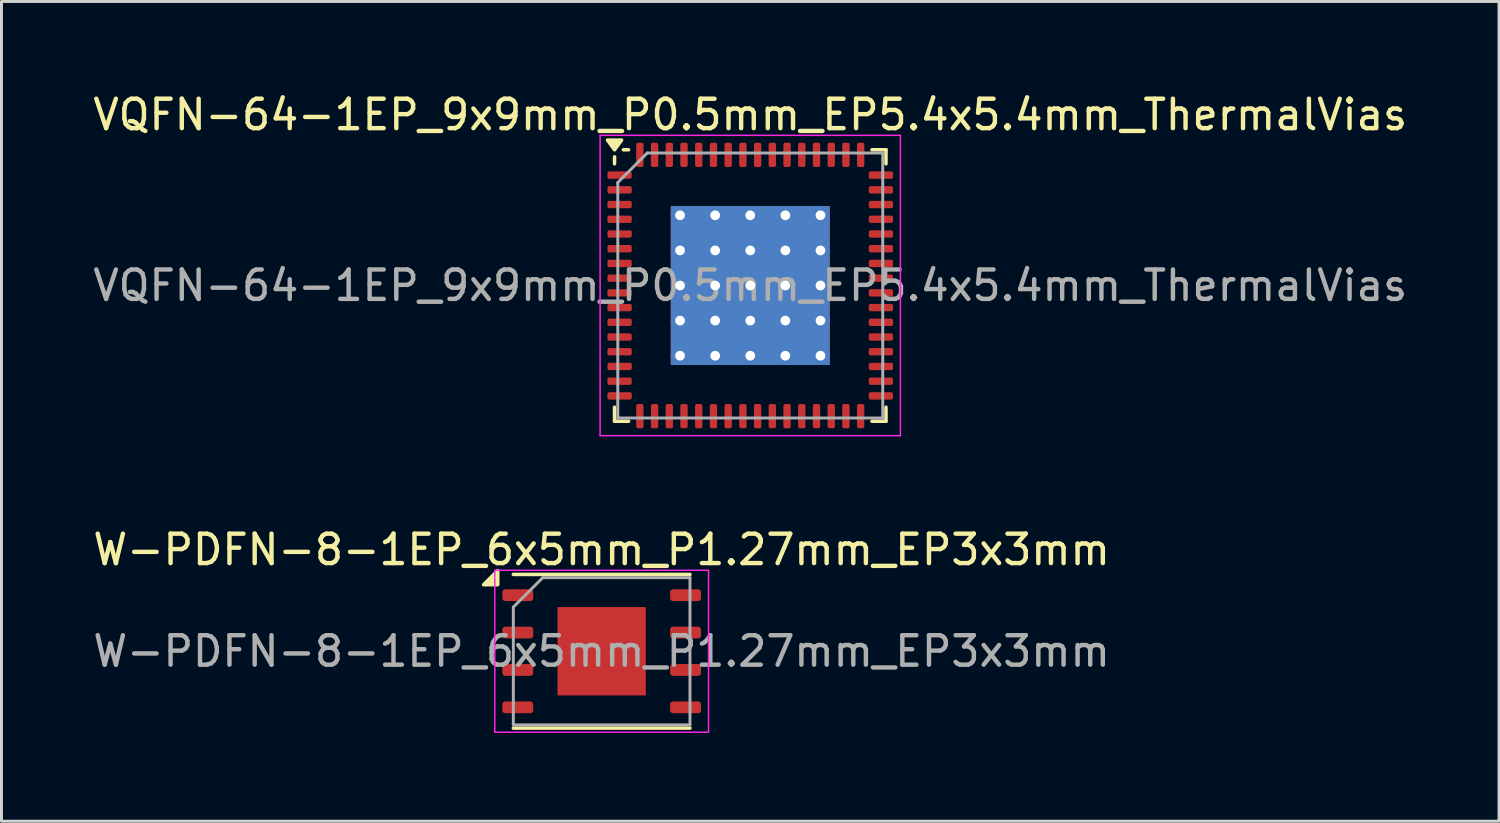
<source format=kicad_pcb>
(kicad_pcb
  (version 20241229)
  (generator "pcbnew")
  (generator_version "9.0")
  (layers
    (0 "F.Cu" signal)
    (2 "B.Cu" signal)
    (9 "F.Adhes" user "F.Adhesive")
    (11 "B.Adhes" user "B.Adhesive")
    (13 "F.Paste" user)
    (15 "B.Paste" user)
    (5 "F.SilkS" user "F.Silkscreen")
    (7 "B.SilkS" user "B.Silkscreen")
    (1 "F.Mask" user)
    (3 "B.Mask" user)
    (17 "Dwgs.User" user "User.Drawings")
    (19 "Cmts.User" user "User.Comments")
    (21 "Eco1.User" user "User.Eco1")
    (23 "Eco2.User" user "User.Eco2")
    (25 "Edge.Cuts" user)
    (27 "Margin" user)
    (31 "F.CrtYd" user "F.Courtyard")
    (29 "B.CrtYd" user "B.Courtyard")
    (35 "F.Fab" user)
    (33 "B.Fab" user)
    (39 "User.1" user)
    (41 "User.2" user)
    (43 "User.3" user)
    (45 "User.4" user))
  (footprint "VQFN-64-1EP_9x9mm_P0.5mm_EP5.4x5.4mm_ThermalVias"
    (layer "F.Cu")
    (at 22.435 6.648)
    (property "Reference" "VQFN-64-1EP_9x9mm_P0.5mm_EP5.4x5.4mm_ThermalVias" (at 0 -5.8 0) (layer "F.SilkS") (effects (font (size 1 1) (thickness 0.15))))
    (attr smd)
    (fp_line (start -4.61 -4.135) (end -4.61 -4.37) (stroke (width 0.12) (type solid)) (layer "F.SilkS"))
    (fp_line (start -4.61 4.61) (end -4.61 4.135) (stroke (width 0.12) (type solid)) (layer "F.SilkS"))
    (fp_line (start -4.135 -4.61) (end -4.31 -4.61) (stroke (width 0.12) (type solid)) (layer "F.SilkS"))
    (fp_line (start -4.135 4.61) (end -4.61 4.61) (stroke (width 0.12) (type solid)) (layer "F.SilkS"))
    (fp_line (start 4.135 -4.61) (end 4.61 -4.61) (stroke (width 0.12) (type solid)) (layer "F.SilkS"))
    (fp_line (start 4.135 4.61) (end 4.61 4.61) (stroke (width 0.12) (type solid)) (layer "F.SilkS"))
    (fp_line (start 4.61 -4.61) (end 4.61 -4.135) (stroke (width 0.12) (type solid)) (layer "F.SilkS"))
    (fp_line (start 4.61 4.61) (end 4.61 4.135) (stroke (width 0.12) (type solid)) (layer "F.SilkS"))
    (fp_poly (pts (xy -4.61 -4.61) (xy -4.85 -4.94) (xy -4.37 -4.94) (xy -4.61 -4.61)) (stroke (width 0.12) (type solid)) (fill yes) (layer "F.SilkS"))
    (fp_line (start -5.1 -5.1) (end -5.1 5.1) (stroke (width 0.05) (type solid)) (layer "F.CrtYd"))
    (fp_line (start -5.1 5.1) (end 5.1 5.1) (stroke (width 0.05) (type solid)) (layer "F.CrtYd"))
    (fp_line (start 5.1 -5.1) (end -5.1 -5.1) (stroke (width 0.05) (type solid)) (layer "F.CrtYd"))
    (fp_line (start 5.1 5.1) (end 5.1 -5.1) (stroke (width 0.05) (type solid)) (layer "F.CrtYd"))
    (fp_line (start -4.5 -3.5) (end -3.5 -4.5) (stroke (width 0.1) (type solid)) (layer "F.Fab"))
    (fp_line (start -4.5 4.5) (end -4.5 -3.5) (stroke (width 0.1) (type solid)) (layer "F.Fab"))
    (fp_line (start -3.5 -4.5) (end 4.5 -4.5) (stroke (width 0.1) (type solid)) (layer "F.Fab"))
    (fp_line (start 4.5 -4.5) (end 4.5 4.5) (stroke (width 0.1) (type solid)) (layer "F.Fab"))
    (fp_line (start 4.5 4.5) (end -4.5 4.5) (stroke (width 0.1) (type solid)) (layer "F.Fab"))
    (fp_text user "${REFERENCE}" (at 0 0 0) (layer "F.Fab") (effects (font (size 1 1) (thickness 0.15))))
    (pad "" smd roundrect (at -1.8 -1.8) (size 1.45 1.45) (layers "F.Paste") (roundrect_rratio 0.172))
    (pad "" smd roundrect (at -1.8 0) (size 1.45 1.45) (layers "F.Paste") (roundrect_rratio 0.172))
    (pad "" smd roundrect (at -1.8 1.8) (size 1.45 1.45) (layers "F.Paste") (roundrect_rratio 0.172))
    (pad "" smd roundrect (at 0 -1.8) (size 1.45 1.45) (layers "F.Paste") (roundrect_rratio 0.172))
    (pad "" smd roundrect (at 0 0) (size 1.45 1.45) (layers "F.Paste") (roundrect_rratio 0.172))
    (pad "" smd roundrect (at 0 1.8) (size 1.45 1.45) (layers "F.Paste") (roundrect_rratio 0.172))
    (pad "" smd roundrect (at 1.8 -1.8) (size 1.45 1.45) (layers "F.Paste") (roundrect_rratio 0.172))
    (pad "" smd roundrect (at 1.8 0) (size 1.45 1.45) (layers "F.Paste") (roundrect_rratio 0.172))
    (pad "" smd roundrect (at 1.8 1.8) (size 1.45 1.45) (layers "F.Paste") (roundrect_rratio 0.172))
    (pad "1" smd roundrect (at -4.438 -3.75) (size 0.825 0.25) (layers "F.Cu" "F.Mask" "F.Paste") (roundrect_rratio 0.25))
    (pad "2" smd roundrect (at -4.438 -3.25) (size 0.825 0.25) (layers "F.Cu" "F.Mask" "F.Paste") (roundrect_rratio 0.25))
    (pad "3" smd roundrect (at -4.438 -2.75) (size 0.825 0.25) (layers "F.Cu" "F.Mask" "F.Paste") (roundrect_rratio 0.25))
    (pad "4" smd roundrect (at -4.438 -2.25) (size 0.825 0.25) (layers "F.Cu" "F.Mask" "F.Paste") (roundrect_rratio 0.25))
    (pad "5" smd roundrect (at -4.438 -1.75) (size 0.825 0.25) (layers "F.Cu" "F.Mask" "F.Paste") (roundrect_rratio 0.25))
    (pad "6" smd roundrect (at -4.438 -1.25) (size 0.825 0.25) (layers "F.Cu" "F.Mask" "F.Paste") (roundrect_rratio 0.25))
    (pad "7" smd roundrect (at -4.438 -0.75) (size 0.825 0.25) (layers "F.Cu" "F.Mask" "F.Paste") (roundrect_rratio 0.25))
    (pad "8" smd roundrect (at -4.438 -0.25) (size 0.825 0.25) (layers "F.Cu" "F.Mask" "F.Paste") (roundrect_rratio 0.25))
    (pad "9" smd roundrect (at -4.438 0.25) (size 0.825 0.25) (layers "F.Cu" "F.Mask" "F.Paste") (roundrect_rratio 0.25))
    (pad "10" smd roundrect (at -4.438 0.75) (size 0.825 0.25) (layers "F.Cu" "F.Mask" "F.Paste") (roundrect_rratio 0.25))
    (pad "11" smd roundrect (at -4.438 1.25) (size 0.825 0.25) (layers "F.Cu" "F.Mask" "F.Paste") (roundrect_rratio 0.25))
    (pad "12" smd roundrect (at -4.438 1.75) (size 0.825 0.25) (layers "F.Cu" "F.Mask" "F.Paste") (roundrect_rratio 0.25))
    (pad "13" smd roundrect (at -4.438 2.25) (size 0.825 0.25) (layers "F.Cu" "F.Mask" "F.Paste") (roundrect_rratio 0.25))
    (pad "14" smd roundrect (at -4.438 2.75) (size 0.825 0.25) (layers "F.Cu" "F.Mask" "F.Paste") (roundrect_rratio 0.25))
    (pad "15" smd roundrect (at -4.438 3.25) (size 0.825 0.25) (layers "F.Cu" "F.Mask" "F.Paste") (roundrect_rratio 0.25))
    (pad "16" smd roundrect (at -4.438 3.75) (size 0.825 0.25) (layers "F.Cu" "F.Mask" "F.Paste") (roundrect_rratio 0.25))
    (pad "17" smd roundrect (at -3.75 4.438) (size 0.25 0.825) (layers "F.Cu" "F.Mask" "F.Paste") (roundrect_rratio 0.25))
    (pad "18" smd roundrect (at -3.25 4.438) (size 0.25 0.825) (layers "F.Cu" "F.Mask" "F.Paste") (roundrect_rratio 0.25))
    (pad "19" smd roundrect (at -2.75 4.438) (size 0.25 0.825) (layers "F.Cu" "F.Mask" "F.Paste") (roundrect_rratio 0.25))
    (pad "20" smd roundrect (at -2.25 4.438) (size 0.25 0.825) (layers "F.Cu" "F.Mask" "F.Paste") (roundrect_rratio 0.25))
    (pad "21" smd roundrect (at -1.75 4.438) (size 0.25 0.825) (layers "F.Cu" "F.Mask" "F.Paste") (roundrect_rratio 0.25))
    (pad "22" smd roundrect (at -1.25 4.438) (size 0.25 0.825) (layers "F.Cu" "F.Mask" "F.Paste") (roundrect_rratio 0.25))
    (pad "23" smd roundrect (at -0.75 4.438) (size 0.25 0.825) (layers "F.Cu" "F.Mask" "F.Paste") (roundrect_rratio 0.25))
    (pad "24" smd roundrect (at -0.25 4.438) (size 0.25 0.825) (layers "F.Cu" "F.Mask" "F.Paste") (roundrect_rratio 0.25))
    (pad "25" smd roundrect (at 0.25 4.438) (size 0.25 0.825) (layers "F.Cu" "F.Mask" "F.Paste") (roundrect_rratio 0.25))
    (pad "26" smd roundrect (at 0.75 4.438) (size 0.25 0.825) (layers "F.Cu" "F.Mask" "F.Paste") (roundrect_rratio 0.25))
    (pad "27" smd roundrect (at 1.25 4.438) (size 0.25 0.825) (layers "F.Cu" "F.Mask" "F.Paste") (roundrect_rratio 0.25))
    (pad "28" smd roundrect (at 1.75 4.438) (size 0.25 0.825) (layers "F.Cu" "F.Mask" "F.Paste") (roundrect_rratio 0.25))
    (pad "29" smd roundrect (at 2.25 4.438) (size 0.25 0.825) (layers "F.Cu" "F.Mask" "F.Paste") (roundrect_rratio 0.25))
    (pad "30" smd roundrect (at 2.75 4.438) (size 0.25 0.825) (layers "F.Cu" "F.Mask" "F.Paste") (roundrect_rratio 0.25))
    (pad "31" smd roundrect (at 3.25 4.438) (size 0.25 0.825) (layers "F.Cu" "F.Mask" "F.Paste") (roundrect_rratio 0.25))
    (pad "32" smd roundrect (at 3.75 4.438) (size 0.25 0.825) (layers "F.Cu" "F.Mask" "F.Paste") (roundrect_rratio 0.25))
    (pad "33" smd roundrect (at 4.438 3.75) (size 0.825 0.25) (layers "F.Cu" "F.Mask" "F.Paste") (roundrect_rratio 0.25))
    (pad "34" smd roundrect (at 4.438 3.25) (size 0.825 0.25) (layers "F.Cu" "F.Mask" "F.Paste") (roundrect_rratio 0.25))
    (pad "35" smd roundrect (at 4.438 2.75) (size 0.825 0.25) (layers "F.Cu" "F.Mask" "F.Paste") (roundrect_rratio 0.25))
    (pad "36" smd roundrect (at 4.438 2.25) (size 0.825 0.25) (layers "F.Cu" "F.Mask" "F.Paste") (roundrect_rratio 0.25))
    (pad "37" smd roundrect (at 4.438 1.75) (size 0.825 0.25) (layers "F.Cu" "F.Mask" "F.Paste") (roundrect_rratio 0.25))
    (pad "38" smd roundrect (at 4.438 1.25) (size 0.825 0.25) (layers "F.Cu" "F.Mask" "F.Paste") (roundrect_rratio 0.25))
    (pad "39" smd roundrect (at 4.438 0.75) (size 0.825 0.25) (layers "F.Cu" "F.Mask" "F.Paste") (roundrect_rratio 0.25))
    (pad "40" smd roundrect (at 4.438 0.25) (size 0.825 0.25) (layers "F.Cu" "F.Mask" "F.Paste") (roundrect_rratio 0.25))
    (pad "41" smd roundrect (at 4.438 -0.25) (size 0.825 0.25) (layers "F.Cu" "F.Mask" "F.Paste") (roundrect_rratio 0.25))
    (pad "42" smd roundrect (at 4.438 -0.75) (size 0.825 0.25) (layers "F.Cu" "F.Mask" "F.Paste") (roundrect_rratio 0.25))
    (pad "43" smd roundrect (at 4.438 -1.25) (size 0.825 0.25) (layers "F.Cu" "F.Mask" "F.Paste") (roundrect_rratio 0.25))
    (pad "44" smd roundrect (at 4.438 -1.75) (size 0.825 0.25) (layers "F.Cu" "F.Mask" "F.Paste") (roundrect_rratio 0.25))
    (pad "45" smd roundrect (at 4.438 -2.25) (size 0.825 0.25) (layers "F.Cu" "F.Mask" "F.Paste") (roundrect_rratio 0.25))
    (pad "46" smd roundrect (at 4.438 -2.75) (size 0.825 0.25) (layers "F.Cu" "F.Mask" "F.Paste") (roundrect_rratio 0.25))
    (pad "47" smd roundrect (at 4.438 -3.25) (size 0.825 0.25) (layers "F.Cu" "F.Mask" "F.Paste") (roundrect_rratio 0.25))
    (pad "48" smd roundrect (at 4.438 -3.75) (size 0.825 0.25) (layers "F.Cu" "F.Mask" "F.Paste") (roundrect_rratio 0.25))
    (pad "49" smd roundrect (at 3.75 -4.438) (size 0.25 0.825) (layers "F.Cu" "F.Mask" "F.Paste") (roundrect_rratio 0.25))
    (pad "50" smd roundrect (at 3.25 -4.438) (size 0.25 0.825) (layers "F.Cu" "F.Mask" "F.Paste") (roundrect_rratio 0.25))
    (pad "51" smd roundrect (at 2.75 -4.438) (size 0.25 0.825) (layers "F.Cu" "F.Mask" "F.Paste") (roundrect_rratio 0.25))
    (pad "52" smd roundrect (at 2.25 -4.438) (size 0.25 0.825) (layers "F.Cu" "F.Mask" "F.Paste") (roundrect_rratio 0.25))
    (pad "53" smd roundrect (at 1.75 -4.438) (size 0.25 0.825) (layers "F.Cu" "F.Mask" "F.Paste") (roundrect_rratio 0.25))
    (pad "54" smd roundrect (at 1.25 -4.438) (size 0.25 0.825) (layers "F.Cu" "F.Mask" "F.Paste") (roundrect_rratio 0.25))
    (pad "55" smd roundrect (at 0.75 -4.438) (size 0.25 0.825) (layers "F.Cu" "F.Mask" "F.Paste") (roundrect_rratio 0.25))
    (pad "56" smd roundrect (at 0.25 -4.438) (size 0.25 0.825) (layers "F.Cu" "F.Mask" "F.Paste") (roundrect_rratio 0.25))
    (pad "57" smd roundrect (at -0.25 -4.438) (size 0.25 0.825) (layers "F.Cu" "F.Mask" "F.Paste") (roundrect_rratio 0.25))
    (pad "58" smd roundrect (at -0.75 -4.438) (size 0.25 0.825) (layers "F.Cu" "F.Mask" "F.Paste") (roundrect_rratio 0.25))
    (pad "59" smd roundrect (at -1.25 -4.438) (size 0.25 0.825) (layers "F.Cu" "F.Mask" "F.Paste") (roundrect_rratio 0.25))
    (pad "60" smd roundrect (at -1.75 -4.438) (size 0.25 0.825) (layers "F.Cu" "F.Mask" "F.Paste") (roundrect_rratio 0.25))
    (pad "61" smd roundrect (at -2.25 -4.438) (size 0.25 0.825) (layers "F.Cu" "F.Mask" "F.Paste") (roundrect_rratio 0.25))
    (pad "62" smd roundrect (at -2.75 -4.438) (size 0.25 0.825) (layers "F.Cu" "F.Mask" "F.Paste") (roundrect_rratio 0.25))
    (pad "63" smd roundrect (at -3.25 -4.438) (size 0.25 0.825) (layers "F.Cu" "F.Mask" "F.Paste") (roundrect_rratio 0.25))
    (pad "64" smd roundrect (at -3.75 -4.438) (size 0.25 0.825) (layers "F.Cu" "F.Mask" "F.Paste") (roundrect_rratio 0.25))
    (pad "65" thru_hole circle (at -2.385 -2.385) (size 0.63 0.63) (drill 0.33) (property pad_prop_heatsink) (layers "*.Cu"))
    (pad "65" thru_hole circle (at -2.385 -1.192) (size 0.63 0.63) (drill 0.33) (property pad_prop_heatsink) (layers "*.Cu"))
    (pad "65" thru_hole circle (at -2.385 0) (size 0.63 0.63) (drill 0.33) (property pad_prop_heatsink) (layers "*.Cu"))
    (pad "65" thru_hole circle (at -2.385 1.192) (size 0.63 0.63) (drill 0.33) (property pad_prop_heatsink) (layers "*.Cu"))
    (pad "65" thru_hole circle (at -2.385 2.385) (size 0.63 0.63) (drill 0.33) (property pad_prop_heatsink) (layers "*.Cu"))
    (pad "65" thru_hole circle (at -1.192 -2.385) (size 0.63 0.63) (drill 0.33) (property pad_prop_heatsink) (layers "*.Cu"))
    (pad "65" thru_hole circle (at -1.192 -1.192) (size 0.63 0.63) (drill 0.33) (property pad_prop_heatsink) (layers "*.Cu"))
    (pad "65" thru_hole circle (at -1.192 0) (size 0.63 0.63) (drill 0.33) (property pad_prop_heatsink) (layers "*.Cu"))
    (pad "65" thru_hole circle (at -1.192 1.192) (size 0.63 0.63) (drill 0.33) (property pad_prop_heatsink) (layers "*.Cu"))
    (pad "65" thru_hole circle (at -1.192 2.385) (size 0.63 0.63) (drill 0.33) (property pad_prop_heatsink) (layers "*.Cu"))
    (pad "65" thru_hole circle (at 0 -2.385) (size 0.63 0.63) (drill 0.33) (property pad_prop_heatsink) (layers "*.Cu"))
    (pad "65" thru_hole circle (at 0 -1.192) (size 0.63 0.63) (drill 0.33) (property pad_prop_heatsink) (layers "*.Cu"))
    (pad "65" thru_hole circle (at 0 0) (size 0.63 0.63) (drill 0.33) (property pad_prop_heatsink) (layers "*.Cu"))
    (pad "65" smd rect (at 0 0) (size 5.4 5.4) (property pad_prop_heatsink) (layers "F.Cu" "F.Mask"))
    (pad "65" smd rect (at 0 0) (size 5.4 5.4) (property pad_prop_heatsink) (layers "B.Cu"))
    (pad "65" thru_hole circle (at 0 1.192) (size 0.63 0.63) (drill 0.33) (property pad_prop_heatsink) (layers "*.Cu"))
    (pad "65" thru_hole circle (at 0 2.385) (size 0.63 0.63) (drill 0.33) (property pad_prop_heatsink) (layers "*.Cu"))
    (pad "65" thru_hole circle (at 1.192 -2.385) (size 0.63 0.63) (drill 0.33) (property pad_prop_heatsink) (layers "*.Cu"))
    (pad "65" thru_hole circle (at 1.192 -1.192) (size 0.63 0.63) (drill 0.33) (property pad_prop_heatsink) (layers "*.Cu"))
    (pad "65" thru_hole circle (at 1.192 0) (size 0.63 0.63) (drill 0.33) (property pad_prop_heatsink) (layers "*.Cu"))
    (pad "65" thru_hole circle (at 1.192 1.192) (size 0.63 0.63) (drill 0.33) (property pad_prop_heatsink) (layers "*.Cu"))
    (pad "65" thru_hole circle (at 1.192 2.385) (size 0.63 0.63) (drill 0.33) (property pad_prop_heatsink) (layers "*.Cu"))
    (pad "65" thru_hole circle (at 2.385 -2.385) (size 0.63 0.63) (drill 0.33) (property pad_prop_heatsink) (layers "*.Cu"))
    (pad "65" thru_hole circle (at 2.385 -1.192) (size 0.63 0.63) (drill 0.33) (property pad_prop_heatsink) (layers "*.Cu"))
    (pad "65" thru_hole circle (at 2.385 0) (size 0.63 0.63) (drill 0.33) (property pad_prop_heatsink) (layers "*.Cu"))
    (pad "65" thru_hole circle (at 2.385 1.192) (size 0.63 0.63) (drill 0.33) (property pad_prop_heatsink) (layers "*.Cu"))
    (pad "65" thru_hole circle (at 2.385 2.385) (size 0.63 0.63) (drill 0.33) (property pad_prop_heatsink) (layers "*.Cu")))
  (footprint "W-PDFN-8-1EP_6x5mm_P1.27mm_EP3x3mm"
    (layer "F.Cu")
    (at 17.387 19.072)
    (property "Reference" "W-PDFN-8-1EP_6x5mm_P1.27mm_EP3x3mm" (at 0 -3.45 0) (layer "F.SilkS") (effects (font (size 1 1) (thickness 0.15))))
    (attr smd)
    (fp_line (start -3 -2.61) (end 3 -2.61) (stroke (width 0.12) (type solid)) (layer "F.SilkS"))
    (fp_line (start -3 2.61) (end 3 2.61) (stroke (width 0.12) (type solid)) (layer "F.SilkS"))
    (fp_poly (pts (xy -3.53 -2.26) (xy -4.01 -2.26) (xy -3.53 -2.74) (xy -3.53 -2.26)) (stroke (width 0.12) (type solid)) (fill yes) (layer "F.SilkS"))
    (fp_line (start -3.63 -2.75) (end -3.63 2.75) (stroke (width 0.05) (type solid)) (layer "F.CrtYd"))
    (fp_line (start -3.63 2.75) (end 3.63 2.75) (stroke (width 0.05) (type solid)) (layer "F.CrtYd"))
    (fp_line (start 3.63 -2.75) (end -3.63 -2.75) (stroke (width 0.05) (type solid)) (layer "F.CrtYd"))
    (fp_line (start 3.63 2.75) (end 3.63 -2.75) (stroke (width 0.05) (type solid)) (layer "F.CrtYd"))
    (fp_line (start -3 -1.5) (end -2 -2.5) (stroke (width 0.1) (type solid)) (layer "F.Fab"))
    (fp_line (start -3 2.5) (end -3 -1.5) (stroke (width 0.1) (type solid)) (layer "F.Fab"))
    (fp_line (start -2 -2.5) (end 3 -2.5) (stroke (width 0.1) (type solid)) (layer "F.Fab"))
    (fp_line (start 3 -2.5) (end 3 2.5) (stroke (width 0.1) (type solid)) (layer "F.Fab"))
    (fp_line (start 3 2.5) (end -3 2.5) (stroke (width 0.1) (type solid)) (layer "F.Fab"))
    (fp_text user "${REFERENCE}" (at 0 0 0) (layer "F.Fab") (effects (font (size 1 1) (thickness 0.15))))
    (pad "" smd roundrect (at -0.75 -0.75) (size 1.21 1.21) (layers "F.Paste") (roundrect_rratio 0.207))
    (pad "" smd roundrect (at -0.75 0.75) (size 1.21 1.21) (layers "F.Paste") (roundrect_rratio 0.207))
    (pad "" smd roundrect (at 0.75 -0.75) (size 1.21 1.21) (layers "F.Paste") (roundrect_rratio 0.207))
    (pad "" smd roundrect (at 0.75 0.75) (size 1.21 1.21) (layers "F.Paste") (roundrect_rratio 0.207))
    (pad "1" smd roundrect (at -2.85 -1.905) (size 1.05 0.4) (layers "F.Cu" "F.Mask" "F.Paste") (roundrect_rratio 0.25))
    (pad "2" smd roundrect (at -2.85 -0.635) (size 1.05 0.4) (layers "F.Cu" "F.Mask" "F.Paste") (roundrect_rratio 0.25))
    (pad "3" smd roundrect (at -2.85 0.635) (size 1.05 0.4) (layers "F.Cu" "F.Mask" "F.Paste") (roundrect_rratio 0.25))
    (pad "4" smd roundrect (at -2.85 1.905) (size 1.05 0.4) (layers "F.Cu" "F.Mask" "F.Paste") (roundrect_rratio 0.25))
    (pad "5" smd roundrect (at 2.85 1.905) (size 1.05 0.4) (layers "F.Cu" "F.Mask" "F.Paste") (roundrect_rratio 0.25))
    (pad "6" smd roundrect (at 2.85 0.635) (size 1.05 0.4) (layers "F.Cu" "F.Mask" "F.Paste") (roundrect_rratio 0.25))
    (pad "7" smd roundrect (at 2.85 -0.635) (size 1.05 0.4) (layers "F.Cu" "F.Mask" "F.Paste") (roundrect_rratio 0.25))
    (pad "8" smd roundrect (at 2.85 -1.905) (size 1.05 0.4) (layers "F.Cu" "F.Mask" "F.Paste") (roundrect_rratio 0.25))
    (pad "9" smd rect (at 0 0) (size 3 3) (property pad_prop_heatsink) (layers "F.Cu" "F.Mask")))
  (gr_rect
    (start -3 -3)
    (end 47.869 24.846)
    (stroke (width 0.1) (type default))
    (fill no)
    (layer "Edge.Cuts")))
</source>
